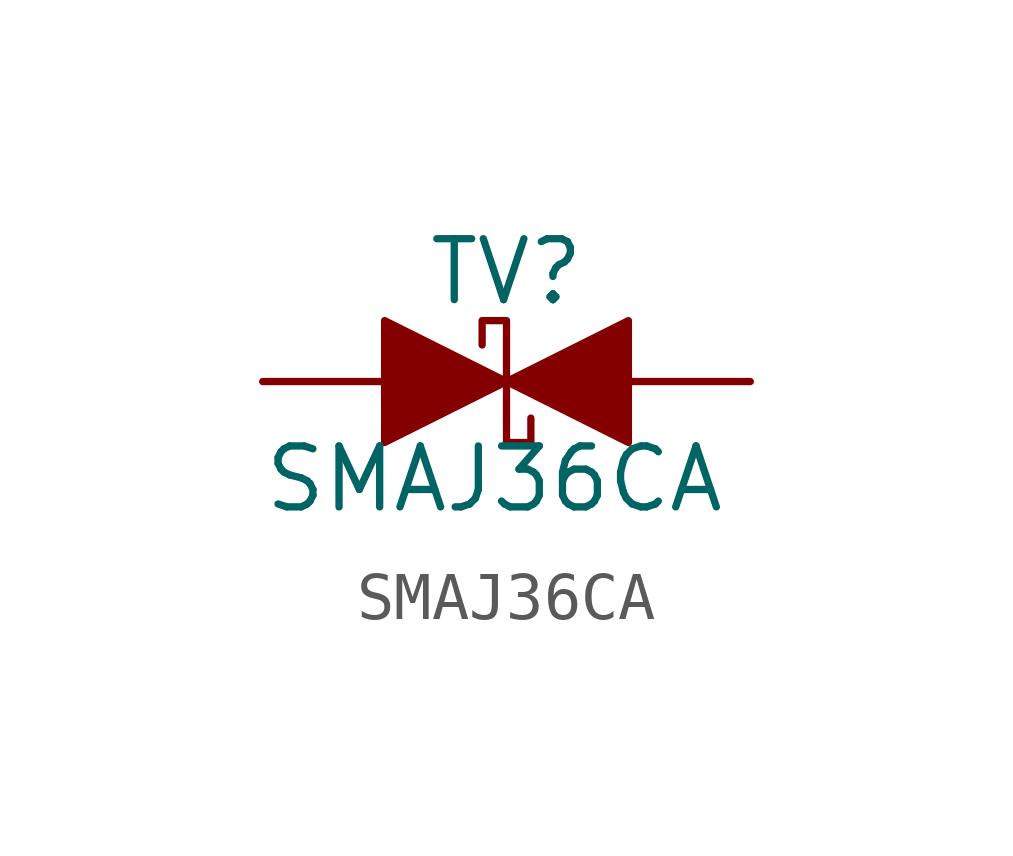
<source format=kicad_sym>
(kicad_symbol_lib
  (version 20231120)
  (generator "kicad_symbol_editor")
  (generator_version "8.0")
  (symbol "SMAJ36CA"
    (pin_numbers hide)
    (pin_names
      (offset 1.016) hide)
    (property "Reference" "TV"
      (at 0 2.286 0)
      (effects (font (size 1.27 1.27))))
    (property "Value" "SMAJ36CA"
      (at -0.254 -2.032 0)
      (effects (font (size 1.27 1.27))))
    (symbol "SMAJ36CA_1_1"
      (polyline (pts (xy -2.54 -1.27) (xy 0 0) (xy -2.54 1.27) (xy -2.54 -1.27)) (stroke (width 0.152) (type solid)) (fill (type outline)))
      (polyline (pts (xy 2.54 1.27) (xy 0 0) (xy 2.54 -1.27) (xy 2.54 1.27)) (stroke (width 0.152) (type solid)) (fill (type outline)))
      (polyline (pts (xy -0.508 0.762) (xy -0.508 1.27) (xy 0 1.27) (xy 0 -1.27) (xy 0.508 -1.27) (xy 0.508 -0.762)) (stroke (width 0.152) (type solid)) (fill (type none)))
      (pin input line (at -5.08 0 0) (length 2.54) (name "K" (effects (font (size 1.27 1.27)))) (number "1" (effects (font (size 1.27 1.27)))))
      (pin input line (at 5.08 0 180) (length 2.54) (name "A" (effects (font (size 1.27 1.27)))) (number "2" (effects (font (size 1.27 1.27))))))))
</source>
